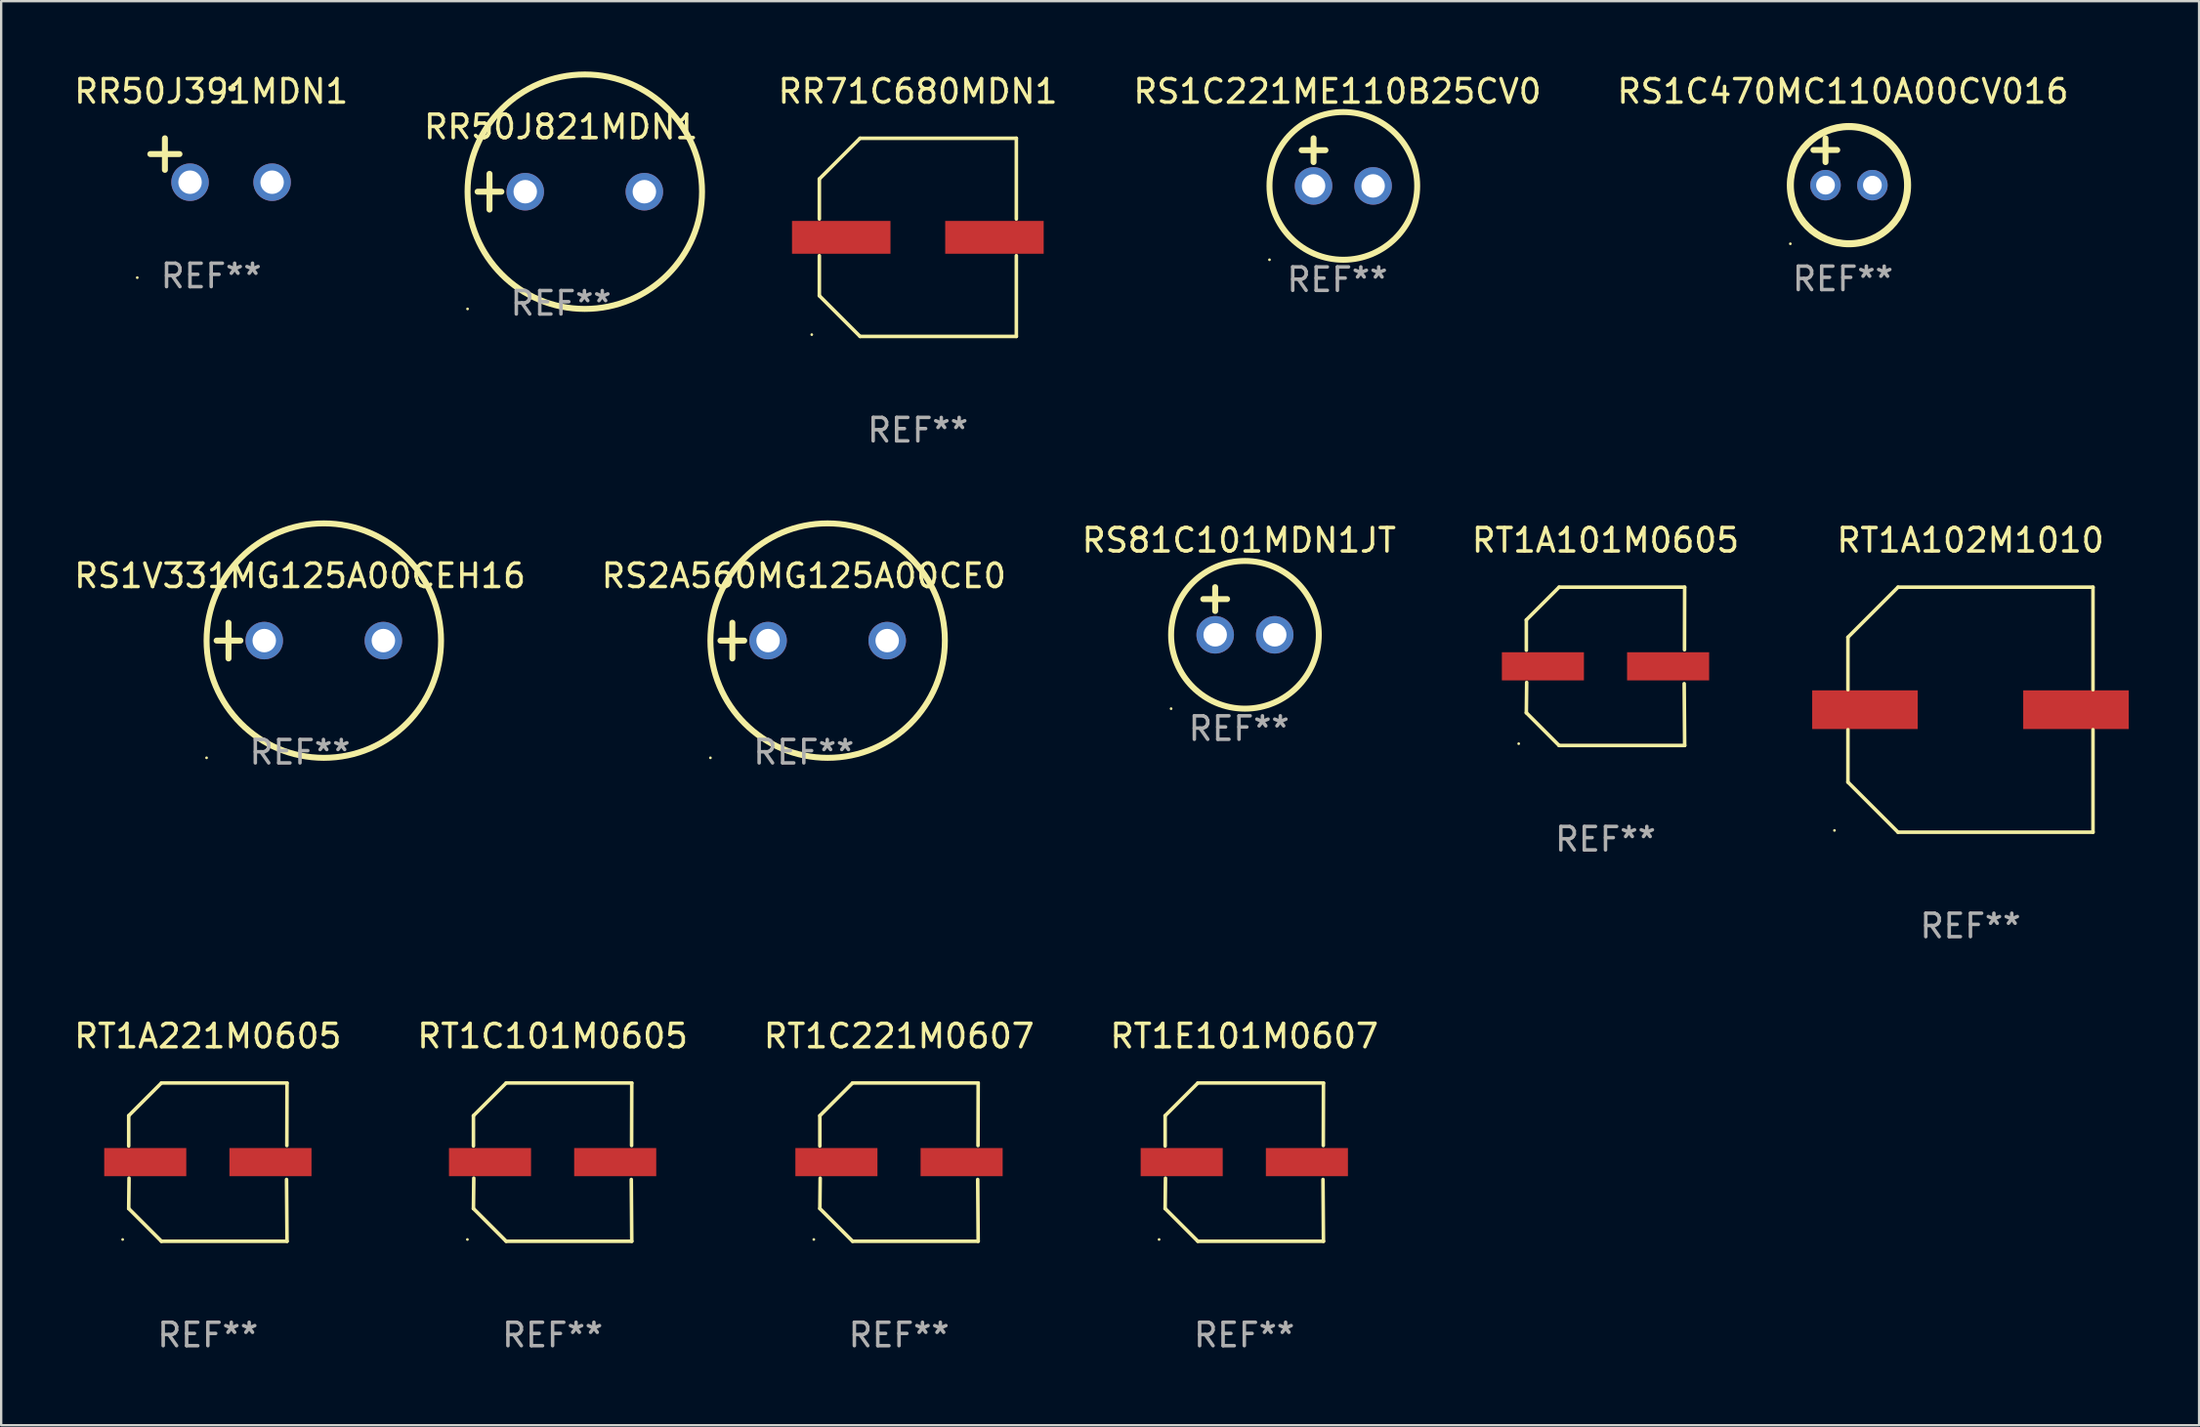
<source format=kicad_pcb>
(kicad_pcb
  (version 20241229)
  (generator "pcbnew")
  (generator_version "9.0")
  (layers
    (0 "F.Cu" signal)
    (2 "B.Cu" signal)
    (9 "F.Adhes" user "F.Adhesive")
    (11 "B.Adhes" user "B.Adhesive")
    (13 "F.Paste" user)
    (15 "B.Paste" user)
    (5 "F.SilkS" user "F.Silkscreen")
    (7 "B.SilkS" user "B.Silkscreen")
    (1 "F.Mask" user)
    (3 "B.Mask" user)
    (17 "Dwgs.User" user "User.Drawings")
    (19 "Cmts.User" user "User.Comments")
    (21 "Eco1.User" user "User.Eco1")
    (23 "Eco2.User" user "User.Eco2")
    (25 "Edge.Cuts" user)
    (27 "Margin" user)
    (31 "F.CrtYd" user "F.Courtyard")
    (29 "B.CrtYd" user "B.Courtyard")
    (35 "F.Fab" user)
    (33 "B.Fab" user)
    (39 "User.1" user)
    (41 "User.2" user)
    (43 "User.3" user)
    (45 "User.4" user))
  (footprint "RS1C221ME110B25CV0"
    (layer "F.Cu")
    (at 53.988 3.864)
    (property "Reference" "RS1C221ME110B25CV0" (at 0 -3.016 0) (layer "F.SilkS") (effects (font (size 1 1) (thickness 0.15))))
    (attr through_hole)
    (fp_line (start -1.524 -0.508) (end -0.508 -0.508) (stroke (width 0.254) (type solid)) (layer "F.SilkS"))
    (fp_line (start -1.016 -1.016) (end -1.016 0) (stroke (width 0.254) (type solid)) (layer "F.SilkS"))
    (fp_circle (center -2.896 4.166) (end -2.866 4.166) (stroke (width 0.06) (type solid)) (fill no) (layer "F.SilkS"))
    (fp_circle (center 0.254 1.016) (end 3.404 1.016) (stroke (width 0.254) (type solid)) (fill no) (layer "F.SilkS"))
    (fp_text user "REF**" (at 0 5.016 0) (layer "F.Fab") (effects (font (size 1 1) (thickness 0.15))))
    (pad "1" thru_hole circle (at -1.016 1.016) (size 1.6 1.6) (drill 1) (layers "*.Cu" "*.Mask"))
    (pad "2" thru_hole circle (at 1.524 1.016) (size 1.6 1.6) (drill 1) (layers "*.Cu" "*.Mask")))
  (footprint "RT1A101M0605"
    (layer "F.Cu")
    (at 65.423 25.373)
    (property "Reference" "RT1A101M0605" (at 0 -5.376 0) (layer "F.SilkS") (effects (font (size 1 1) (thickness 0.15))))
    (attr through_hole)
    (fp_line (start -3.376 -1.98) (end -3.376 -0.686) (stroke (width 0.152) (type solid)) (layer "F.SilkS"))
    (fp_line (start -3.376 1.981) (end -3.362 0.686) (stroke (width 0.152) (type solid)) (layer "F.SilkS"))
    (fp_line (start -1.981 3.376) (end -3.376 1.981) (stroke (width 0.152) (type solid)) (layer "F.SilkS"))
    (fp_line (start -1.98 -3.376) (end -3.376 -1.98) (stroke (width 0.152) (type solid)) (layer "F.SilkS"))
    (fp_line (start 3.356 0.74) (end 3.376 3.376) (stroke (width 0.152) (type solid)) (layer "F.SilkS"))
    (fp_line (start 3.369 -0.707) (end 3.376 -3.376) (stroke (width 0.152) (type solid)) (layer "F.SilkS"))
    (fp_line (start 3.376 3.376) (end -1.981 3.376) (stroke (width 0.152) (type solid)) (layer "F.SilkS"))
    (fp_line (start 3.376 -3.376) (end -1.98 -3.376) (stroke (width 0.152) (type solid)) (layer "F.SilkS"))
    (fp_circle (center -3.702 3.3) (end -3.672 3.3) (stroke (width 0.06) (type solid)) (fill no) (layer "F.SilkS"))
    (fp_text user "REF**" (at 0 7.376 0) (layer "F.Fab") (effects (font (size 1 1) (thickness 0.15))))
    (pad "1" smd rect (at -2.67 0.000203) (size 3.5 1.2) (layers "F.Cu" "F.Mask" "F.Paste"))
    (pad "2" smd rect (at 2.67 0.000203) (size 3.5 1.2) (layers "F.Cu" "F.Mask" "F.Paste")))
  (footprint "RR50J391MDN1"
    (layer "F.Cu")
    (at 5.958 3.785)
    (property "Reference" "RR50J391MDN1" (at 0 -2.937 0) (layer "F.SilkS") (effects (font (size 1 1) (thickness 0.15))))
    (attr through_hole)
    (fp_line (start -1.975 0.41) (end -1.975 -0.937) (stroke (width 0.254) (type solid)) (layer "F.SilkS"))
    (fp_line (start -1.353 -0.263) (end -2.597 -0.263) (stroke (width 0.254) (type solid)) (layer "F.SilkS"))
    (fp_arc (start 0.849809 -3.063957) (mid 0.885369 -3.064114) (end 0.920929 -3.063957) (stroke (width 0.254001) (type solid)) (layer "F.SilkS"))
    (fp_circle (center -3.154 5.008) (end -3.124 5.008) (stroke (width 0.06) (type solid)) (fill no) (layer "F.SilkS"))
    (fp_text user "REF**" (at 0 4.937 0) (layer "F.Fab") (effects (font (size 1 1) (thickness 0.15))))
    (pad "1" thru_hole circle (at -0.903 0.937) (size 1.6 1.6) (drill 1) (layers "*.Cu" "*.Mask"))
    (pad "2" thru_hole circle (at 2.597 0.937) (size 1.6 1.6) (drill 1) (layers "*.Cu" "*.Mask")))
  (footprint "RT1C101M0605"
    (layer "F.Cu")
    (at 20.518 46.522)
    (property "Reference" "RT1C101M0605" (at 0 -5.376 0) (layer "F.SilkS") (effects (font (size 1 1) (thickness 0.15))))
    (attr through_hole)
    (fp_line (start -3.376 -1.98) (end -3.376 -0.686) (stroke (width 0.152) (type solid)) (layer "F.SilkS"))
    (fp_line (start -3.376 1.981) (end -3.362 0.686) (stroke (width 0.152) (type solid)) (layer "F.SilkS"))
    (fp_line (start -1.981 3.376) (end -3.376 1.981) (stroke (width 0.152) (type solid)) (layer "F.SilkS"))
    (fp_line (start -1.98 -3.376) (end -3.376 -1.98) (stroke (width 0.152) (type solid)) (layer "F.SilkS"))
    (fp_line (start 3.356 0.74) (end 3.376 3.376) (stroke (width 0.152) (type solid)) (layer "F.SilkS"))
    (fp_line (start 3.369 -0.707) (end 3.376 -3.376) (stroke (width 0.152) (type solid)) (layer "F.SilkS"))
    (fp_line (start 3.376 3.376) (end -1.981 3.376) (stroke (width 0.152) (type solid)) (layer "F.SilkS"))
    (fp_line (start 3.376 -3.376) (end -1.98 -3.376) (stroke (width 0.152) (type solid)) (layer "F.SilkS"))
    (fp_circle (center -3.634 3.3) (end -3.604 3.3) (stroke (width 0.06) (type solid)) (fill no) (layer "F.SilkS"))
    (fp_text user "REF**" (at 0 7.376 0) (layer "F.Fab") (effects (font (size 1 1) (thickness 0.15))))
    (pad "1" smd rect (at -2.67 0.000254) (size 3.5 1.2) (layers "F.Cu" "F.Mask" "F.Paste"))
    (pad "2" smd rect (at 2.67 0.000254) (size 3.5 1.2) (layers "F.Cu" "F.Mask" "F.Paste")))
  (footprint "RS2A560MG125A00CE0"
    (layer "F.Cu")
    (at 31.232 24.276)
    (property "Reference" "RS2A560MG125A00CE0" (at 0 -2.762 0) (layer "F.SilkS") (effects (font (size 1 1) (thickness 0.15))))
    (attr through_hole)
    (fp_line (start -3.556 0) (end -2.54 0) (stroke (width 0.254) (type solid)) (layer "F.SilkS"))
    (fp_line (start -3.048 -0.762) (end -3.048 0.762) (stroke (width 0.254) (type solid)) (layer "F.SilkS"))
    (fp_circle (center -3.984 5) (end -3.954 5) (stroke (width 0.06) (type solid)) (fill no) (layer "F.SilkS"))
    (fp_circle (center 1.016 0) (end 6.016 0) (stroke (width 0.254) (type solid)) (fill no) (layer "F.SilkS"))
    (fp_text user "REF**" (at 0 4.762 0) (layer "F.Fab") (effects (font (size 1 1) (thickness 0.15))))
    (pad "1" thru_hole circle (at -1.524 0) (size 1.6 1.6) (drill 1) (layers "*.Cu" "*.Mask"))
    (pad "2" thru_hole circle (at 3.556 0) (size 1.6 1.6) (drill 1) (layers "*.Cu" "*.Mask")))
  (footprint "RR50J821MDN1"
    (layer "F.Cu")
    (at 20.875 5.127)
    (property "Reference" "RR50J821MDN1" (at 0 -2.762 0) (layer "F.SilkS") (effects (font (size 1 1) (thickness 0.15))))
    (attr through_hole)
    (fp_line (start -3.556 0) (end -2.54 0) (stroke (width 0.254) (type solid)) (layer "F.SilkS"))
    (fp_line (start -3.048 -0.762) (end -3.048 0.762) (stroke (width 0.254) (type solid)) (layer "F.SilkS"))
    (fp_circle (center -3.984 5) (end -3.954 5) (stroke (width 0.06) (type solid)) (fill no) (layer "F.SilkS"))
    (fp_circle (center 1.016 0) (end 6.016 0) (stroke (width 0.254) (type solid)) (fill no) (layer "F.SilkS"))
    (fp_text user "REF**" (at 0 4.762 0) (layer "F.Fab") (effects (font (size 1 1) (thickness 0.15))))
    (pad "1" thru_hole circle (at -1.524 0) (size 1.6 1.6) (drill 1) (layers "*.Cu" "*.Mask"))
    (pad "2" thru_hole circle (at 3.556 0) (size 1.6 1.6) (drill 1) (layers "*.Cu" "*.Mask")))
  (footprint "RR71C680MDN1"
    (layer "F.Cu")
    (at 36.095 7.074)
    (property "Reference" "RR71C680MDN1" (at 0 -6.226 0) (layer "F.SilkS") (effects (font (size 1 1) (thickness 0.15))))
    (attr through_hole)
    (fp_line (start -4.201 -2.49) (end -4.201 -0.782) (stroke (width 0.152) (type solid)) (layer "F.SilkS"))
    (fp_line (start -4.201 2.49) (end -4.201 0.782) (stroke (width 0.152) (type solid)) (layer "F.SilkS"))
    (fp_line (start -2.465 -4.226) (end -4.201 -2.49) (stroke (width 0.152) (type solid)) (layer "F.SilkS"))
    (fp_line (start -2.465 4.226) (end -4.201 2.49) (stroke (width 0.152) (type solid)) (layer "F.SilkS"))
    (fp_line (start 4.201 -4.226) (end -2.465 -4.226) (stroke (width 0.152) (type solid)) (layer "F.SilkS"))
    (fp_line (start 4.201 -0.782) (end 4.201 -4.226) (stroke (width 0.152) (type solid)) (layer "F.SilkS"))
    (fp_line (start 4.201 0.782) (end 4.201 4.226) (stroke (width 0.152) (type solid)) (layer "F.SilkS"))
    (fp_line (start 4.201 4.226) (end -2.465 4.226) (stroke (width 0.152) (type solid)) (layer "F.SilkS"))
    (fp_circle (center -4.524 4.15) (end -4.494 4.15) (stroke (width 0.06) (type solid)) (fill no) (layer "F.SilkS"))
    (fp_text user "REF**" (at 0 8.226 0) (layer "F.Fab") (effects (font (size 1 1) (thickness 0.15))))
    (pad "1" smd rect (at -3.267 0) (size 4.2 1.4) (layers "F.Cu" "F.Mask" "F.Paste"))
    (pad "2" smd rect (at 3.267 0) (size 4.2 1.4) (layers "F.Cu" "F.Mask" "F.Paste")))
  (footprint "RT1A102M1010"
    (layer "F.Cu")
    (at 80.988 27.223)
    (property "Reference" "RT1A102M1010" (at 0 -7.226 0) (layer "F.SilkS") (effects (font (size 1 1) (thickness 0.15))))
    (attr through_hole)
    (fp_line (start -5.226 -3.09) (end -5.226 -0.852) (stroke (width 0.152) (type solid)) (layer "F.SilkS"))
    (fp_line (start -5.226 3.09) (end -5.226 0.852) (stroke (width 0.152) (type solid)) (layer "F.SilkS"))
    (fp_line (start -3.09 -5.226) (end -5.226 -3.09) (stroke (width 0.152) (type solid)) (layer "F.SilkS"))
    (fp_line (start -3.09 5.226) (end -5.226 3.09) (stroke (width 0.152) (type solid)) (layer "F.SilkS"))
    (fp_line (start 5.226 -5.226) (end -3.09 -5.226) (stroke (width 0.152) (type solid)) (layer "F.SilkS"))
    (fp_line (start 5.226 -0.852) (end 5.226 -5.226) (stroke (width 0.152) (type solid)) (layer "F.SilkS"))
    (fp_line (start 5.226 0.852) (end 5.226 5.226) (stroke (width 0.152) (type solid)) (layer "F.SilkS"))
    (fp_line (start 5.226 5.226) (end -3.09 5.226) (stroke (width 0.152) (type solid)) (layer "F.SilkS"))
    (fp_circle (center -5.8 5.15) (end -5.77 5.15) (stroke (width 0.06) (type solid)) (fill no) (layer "F.SilkS"))
    (fp_text user "REF**" (at 0 9.226 0) (layer "F.Fab") (effects (font (size 1 1) (thickness 0.15))))
    (pad "1" smd rect (at -4.5 0) (size 4.5 1.65) (layers "F.Cu" "F.Mask" "F.Paste"))
    (pad "2" smd rect (at 4.5 0) (size 4.5 1.65) (layers "F.Cu" "F.Mask" "F.Paste")))
  (footprint "RS81C101MDN1JT"
    (layer "F.Cu")
    (at 49.792 23.013)
    (property "Reference" "RS81C101MDN1JT" (at 0 -3.016 0) (layer "F.SilkS") (effects (font (size 1 1) (thickness 0.15))))
    (attr through_hole)
    (fp_line (start -1.524 -0.508) (end -0.508 -0.508) (stroke (width 0.254) (type solid)) (layer "F.SilkS"))
    (fp_line (start -1.016 -1.016) (end -1.016 0) (stroke (width 0.254) (type solid)) (layer "F.SilkS"))
    (fp_circle (center -2.896 4.166) (end -2.866 4.166) (stroke (width 0.06) (type solid)) (fill no) (layer "F.SilkS"))
    (fp_circle (center 0.254 1.016) (end 3.404 1.016) (stroke (width 0.254) (type solid)) (fill no) (layer "F.SilkS"))
    (fp_text user "REF**" (at 0 5.016 0) (layer "F.Fab") (effects (font (size 1 1) (thickness 0.15))))
    (pad "1" thru_hole circle (at -1.016 1.016) (size 1.6 1.6) (drill 1) (layers "*.Cu" "*.Mask"))
    (pad "2" thru_hole circle (at 1.524 1.016) (size 1.6 1.6) (drill 1) (layers "*.Cu" "*.Mask")))
  (footprint "RS1C470MC110A00CV016"
    (layer "F.Cu")
    (at 75.548 3.848)
    (property "Reference" "RS1C470MC110A00CV016" (at 0 -3 0) (layer "F.SilkS") (effects (font (size 1 1) (thickness 0.15))))
    (attr through_hole)
    (fp_line (start -1.258 -0.5) (end -0.242 -0.5) (stroke (width 0.254) (type solid)) (layer "F.SilkS"))
    (fp_line (start -0.742 -1) (end -0.742 0.016) (stroke (width 0.254) (type solid)) (layer "F.SilkS"))
    (fp_circle (center -2.242 3.5) (end -2.212 3.5) (stroke (width 0.06) (type solid)) (fill no) (layer "F.SilkS"))
    (fp_circle (center 0.258 1) (end 2.758 1) (stroke (width 0.3) (type solid)) (fill no) (layer "F.SilkS"))
    (fp_text user "REF**" (at 0 5 0) (layer "F.Fab") (effects (font (size 1 1) (thickness 0.15))))
    (pad "1" thru_hole circle (at -0.742 1) (size 1.3 1.3) (drill 0.8) (layers "*.Cu" "*.Mask"))
    (pad "2" thru_hole circle (at 1.258 1) (size 1.3 1.3) (drill 0.8) (layers "*.Cu" "*.Mask")))
  (footprint "RT1E101M0607"
    (layer "F.Cu")
    (at 50.018 46.522)
    (property "Reference" "RT1E101M0607" (at 0 -5.376 0) (layer "F.SilkS") (effects (font (size 1 1) (thickness 0.15))))
    (attr through_hole)
    (fp_line (start -3.376 -1.98) (end -3.376 -0.686) (stroke (width 0.152) (type solid)) (layer "F.SilkS"))
    (fp_line (start -3.376 1.981) (end -3.362 0.686) (stroke (width 0.152) (type solid)) (layer "F.SilkS"))
    (fp_line (start -1.981 3.376) (end -3.376 1.981) (stroke (width 0.152) (type solid)) (layer "F.SilkS"))
    (fp_line (start -1.98 -3.376) (end -3.376 -1.98) (stroke (width 0.152) (type solid)) (layer "F.SilkS"))
    (fp_line (start 3.356 0.74) (end 3.376 3.376) (stroke (width 0.152) (type solid)) (layer "F.SilkS"))
    (fp_line (start 3.369 -0.707) (end 3.376 -3.376) (stroke (width 0.152) (type solid)) (layer "F.SilkS"))
    (fp_line (start 3.376 3.376) (end -1.981 3.376) (stroke (width 0.152) (type solid)) (layer "F.SilkS"))
    (fp_line (start 3.376 -3.376) (end -1.98 -3.376) (stroke (width 0.152) (type solid)) (layer "F.SilkS"))
    (fp_circle (center -3.634 3.3) (end -3.604 3.3) (stroke (width 0.06) (type solid)) (fill no) (layer "F.SilkS"))
    (fp_text user "REF**" (at 0 7.376 0) (layer "F.Fab") (effects (font (size 1 1) (thickness 0.15))))
    (pad "1" smd rect (at -2.67 0.000254) (size 3.5 1.2) (layers "F.Cu" "F.Mask" "F.Paste"))
    (pad "2" smd rect (at 2.67 0.000254) (size 3.5 1.2) (layers "F.Cu" "F.Mask" "F.Paste")))
  (footprint "RT1A221M0605"
    (layer "F.Cu")
    (at 5.815 46.522)
    (property "Reference" "RT1A221M0605" (at 0 -5.376 0) (layer "F.SilkS") (effects (font (size 1 1) (thickness 0.15))))
    (attr through_hole)
    (fp_line (start -3.376 -1.98) (end -3.376 -0.686) (stroke (width 0.152) (type solid)) (layer "F.SilkS"))
    (fp_line (start -3.376 1.981) (end -3.362 0.686) (stroke (width 0.152) (type solid)) (layer "F.SilkS"))
    (fp_line (start -1.981 3.376) (end -3.376 1.981) (stroke (width 0.152) (type solid)) (layer "F.SilkS"))
    (fp_line (start -1.98 -3.376) (end -3.376 -1.98) (stroke (width 0.152) (type solid)) (layer "F.SilkS"))
    (fp_line (start 3.356 0.74) (end 3.376 3.376) (stroke (width 0.152) (type solid)) (layer "F.SilkS"))
    (fp_line (start 3.369 -0.707) (end 3.376 -3.376) (stroke (width 0.152) (type solid)) (layer "F.SilkS"))
    (fp_line (start 3.376 3.376) (end -1.981 3.376) (stroke (width 0.152) (type solid)) (layer "F.SilkS"))
    (fp_line (start 3.376 -3.376) (end -1.98 -3.376) (stroke (width 0.152) (type solid)) (layer "F.SilkS"))
    (fp_circle (center -3.634 3.3) (end -3.604 3.3) (stroke (width 0.06) (type solid)) (fill no) (layer "F.SilkS"))
    (fp_text user "REF**" (at 0 7.376 0) (layer "F.Fab") (effects (font (size 1 1) (thickness 0.15))))
    (pad "1" smd rect (at -2.67 0.000254) (size 3.5 1.2) (layers "F.Cu" "F.Mask" "F.Paste"))
    (pad "2" smd rect (at 2.67 0.000254) (size 3.5 1.2) (layers "F.Cu" "F.Mask" "F.Paste")))
  (footprint "RT1C221M0607"
    (layer "F.Cu")
    (at 35.292 46.522)
    (property "Reference" "RT1C221M0607" (at 0 -5.376 0) (layer "F.SilkS") (effects (font (size 1 1) (thickness 0.15))))
    (attr through_hole)
    (fp_line (start -3.376 -1.98) (end -3.376 -0.686) (stroke (width 0.152) (type solid)) (layer "F.SilkS"))
    (fp_line (start -3.376 1.981) (end -3.362 0.686) (stroke (width 0.152) (type solid)) (layer "F.SilkS"))
    (fp_line (start -1.981 3.376) (end -3.376 1.981) (stroke (width 0.152) (type solid)) (layer "F.SilkS"))
    (fp_line (start -1.98 -3.376) (end -3.376 -1.98) (stroke (width 0.152) (type solid)) (layer "F.SilkS"))
    (fp_line (start 3.356 0.74) (end 3.376 3.376) (stroke (width 0.152) (type solid)) (layer "F.SilkS"))
    (fp_line (start 3.369 -0.707) (end 3.376 -3.376) (stroke (width 0.152) (type solid)) (layer "F.SilkS"))
    (fp_line (start 3.376 3.376) (end -1.981 3.376) (stroke (width 0.152) (type solid)) (layer "F.SilkS"))
    (fp_line (start 3.376 -3.376) (end -1.98 -3.376) (stroke (width 0.152) (type solid)) (layer "F.SilkS"))
    (fp_circle (center -3.634 3.3) (end -3.604 3.3) (stroke (width 0.06) (type solid)) (fill no) (layer "F.SilkS"))
    (fp_text user "REF**" (at 0 7.376 0) (layer "F.Fab") (effects (font (size 1 1) (thickness 0.15))))
    (pad "1" smd rect (at -2.67 0.000254) (size 3.5 1.2) (layers "F.Cu" "F.Mask" "F.Paste"))
    (pad "2" smd rect (at 2.67 0.000254) (size 3.5 1.2) (layers "F.Cu" "F.Mask" "F.Paste")))
  (footprint "RS1V331MG125A00CEH16"
    (layer "F.Cu")
    (at 9.744 24.276)
    (property "Reference" "RS1V331MG125A00CEH16" (at 0 -2.762 0) (layer "F.SilkS") (effects (font (size 1 1) (thickness 0.15))))
    (attr through_hole)
    (fp_line (start -3.556 0) (end -2.54 0) (stroke (width 0.254) (type solid)) (layer "F.SilkS"))
    (fp_line (start -3.048 -0.762) (end -3.048 0.762) (stroke (width 0.254) (type solid)) (layer "F.SilkS"))
    (fp_circle (center -3.984 5) (end -3.954 5) (stroke (width 0.06) (type solid)) (fill no) (layer "F.SilkS"))
    (fp_circle (center 1.016 0) (end 6.016 0) (stroke (width 0.254) (type solid)) (fill no) (layer "F.SilkS"))
    (fp_text user "REF**" (at 0 4.762 0) (layer "F.Fab") (effects (font (size 1 1) (thickness 0.15))))
    (pad "1" thru_hole circle (at -1.524 0) (size 1.6 1.6) (drill 1) (layers "*.Cu" "*.Mask"))
    (pad "2" thru_hole circle (at 3.556 0) (size 1.6 1.6) (drill 1) (layers "*.Cu" "*.Mask")))
  (gr_rect
    (start -3 -3)
    (end 90.738 57.746)
    (stroke (width 0.1) (type default))
    (fill no)
    (layer "Edge.Cuts")))
</source>
